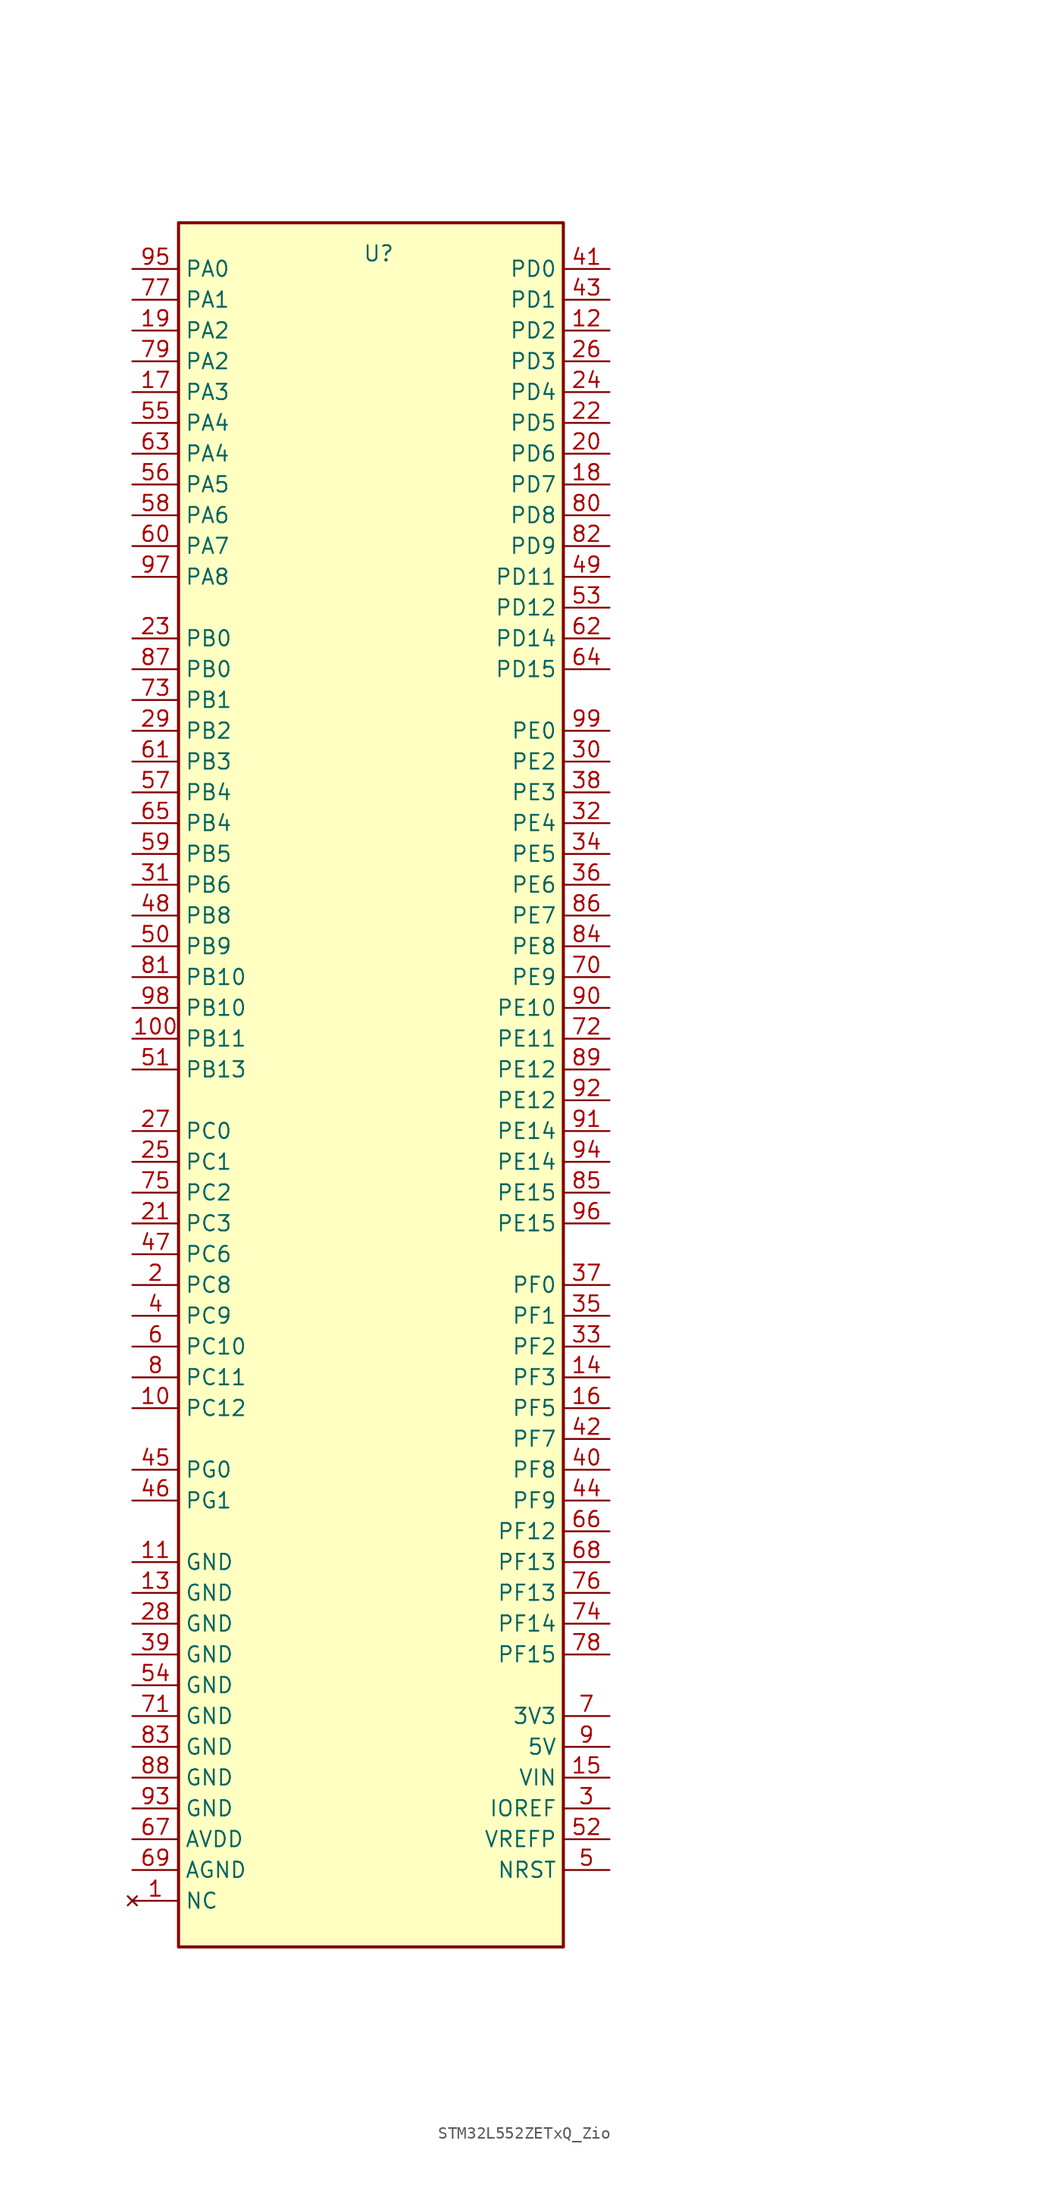
<source format=kicad_sym>
(kicad_symbol_lib
  (version 20220914)
  (generator kicad_symbol_editor)
  (symbol "STM32L552ZETxQ_Zio"
    (property "Reference" "U"
      (at 16.51 -2.54 0)
      (effects (font (size 1.27 1.27))))
    (property "Value" ""
      (at 60.96 -1.27 0)
      (effects (font (size 1.27 1.27))))
    (symbol "STM32L552ZETxQ_Zio_0_0"
      (pin no_connect line (at -3.81 -138.43 0) (length 3.81) (name "NC" (effects (font (size 1.27 1.27)))) (number "1" (effects (font (size 1.27 1.27)))))
      (pin bidirectional line (at -3.81 -97.79 0) (length 3.81) (name "PC12" (effects (font (size 1.27 1.27)))) (number "10" (effects (font (size 1.27 1.27)))))
      (pin bidirectional line (at 35.56 -8.89 180) (length 3.81) (name "PD2" (effects (font (size 1.27 1.27)))) (number "12" (effects (font (size 1.27 1.27)))))
      (pin power_in line (at -3.81 -113.03 0) (length 3.81) (name "GND" (effects (font (size 1.27 1.27)))) (number "13" (effects (font (size 1.27 1.27)))))
      (pin bidirectional line (at 35.56 -95.25 180) (length 3.81) (name "PF3" (effects (font (size 1.27 1.27)))) (number "14" (effects (font (size 1.27 1.27)))))
      (pin bidirectional line (at 35.56 -97.79 180) (length 3.81) (name "PF5" (effects (font (size 1.27 1.27)))) (number "16" (effects (font (size 1.27 1.27)))))
      (pin bidirectional line (at -3.81 -13.97 0) (length 3.81) (name "PA3" (effects (font (size 1.27 1.27)))) (number "17" (effects (font (size 1.27 1.27)))))
      (pin bidirectional line (at 35.56 -21.59 180) (length 3.81) (name "PD7" (effects (font (size 1.27 1.27)))) (number "18" (effects (font (size 1.27 1.27)))))
      (pin bidirectional line (at -3.81 -8.89 0) (length 3.81) (name "PA2" (effects (font (size 1.27 1.27)))) (number "19" (effects (font (size 1.27 1.27)))))
      (pin bidirectional line (at -3.81 -87.63 0) (length 3.81) (name "PC8" (effects (font (size 1.27 1.27)))) (number "2" (effects (font (size 1.27 1.27)))))
      (pin bidirectional line (at 35.56 -19.05 180) (length 3.81) (name "PD6" (effects (font (size 1.27 1.27)))) (number "20" (effects (font (size 1.27 1.27)))))
      (pin bidirectional line (at -3.81 -82.55 0) (length 3.81) (name "PC3" (effects (font (size 1.27 1.27)))) (number "21" (effects (font (size 1.27 1.27)))))
      (pin bidirectional line (at 35.56 -16.51 180) (length 3.81) (name "PD5" (effects (font (size 1.27 1.27)))) (number "22" (effects (font (size 1.27 1.27)))))
      (pin bidirectional line (at -3.81 -34.29 0) (length 3.81) (name "PB0" (effects (font (size 1.27 1.27)))) (number "23" (effects (font (size 1.27 1.27)))))
      (pin bidirectional line (at 35.56 -13.97 180) (length 3.81) (name "PD4" (effects (font (size 1.27 1.27)))) (number "24" (effects (font (size 1.27 1.27)))))
      (pin bidirectional line (at -3.81 -77.47 0) (length 3.81) (name "PC1" (effects (font (size 1.27 1.27)))) (number "25" (effects (font (size 1.27 1.27)))))
      (pin bidirectional line (at 35.56 -11.43 180) (length 3.81) (name "PD3" (effects (font (size 1.27 1.27)))) (number "26" (effects (font (size 1.27 1.27)))))
      (pin bidirectional line (at -3.81 -74.93 0) (length 3.81) (name "PC0" (effects (font (size 1.27 1.27)))) (number "27" (effects (font (size 1.27 1.27)))))
      (pin power_in line (at -3.81 -115.57 0) (length 3.81) (name "GND" (effects (font (size 1.27 1.27)))) (number "28" (effects (font (size 1.27 1.27)))))
      (pin bidirectional line (at -3.81 -41.91 0) (length 3.81) (name "PB2" (effects (font (size 1.27 1.27)))) (number "29" (effects (font (size 1.27 1.27)))))
      (pin power_out line (at 35.56 -130.81 180) (length 3.81) (name "IOREF" (effects (font (size 1.27 1.27)))) (number "3" (effects (font (size 1.27 1.27)))))
      (pin bidirectional line (at 35.56 -44.45 180) (length 3.81) (name "PE2" (effects (font (size 1.27 1.27)))) (number "30" (effects (font (size 1.27 1.27)))))
      (pin bidirectional line (at -3.81 -54.61 0) (length 3.81) (name "PB6" (effects (font (size 1.27 1.27)))) (number "31" (effects (font (size 1.27 1.27)))))
      (pin bidirectional line (at 35.56 -49.53 180) (length 3.81) (name "PE4" (effects (font (size 1.27 1.27)))) (number "32" (effects (font (size 1.27 1.27)))))
      (pin bidirectional line (at 35.56 -92.71 180) (length 3.81) (name "PF2" (effects (font (size 1.27 1.27)))) (number "33" (effects (font (size 1.27 1.27)))))
      (pin bidirectional line (at 35.56 -52.07 180) (length 3.81) (name "PE5" (effects (font (size 1.27 1.27)))) (number "34" (effects (font (size 1.27 1.27)))))
      (pin bidirectional line (at 35.56 -90.17 180) (length 3.81) (name "PF1" (effects (font (size 1.27 1.27)))) (number "35" (effects (font (size 1.27 1.27)))))
      (pin bidirectional line (at 35.56 -54.61 180) (length 3.81) (name "PE6" (effects (font (size 1.27 1.27)))) (number "36" (effects (font (size 1.27 1.27)))))
      (pin bidirectional line (at 35.56 -87.63 180) (length 3.81) (name "PF0" (effects (font (size 1.27 1.27)))) (number "37" (effects (font (size 1.27 1.27)))))
      (pin bidirectional line (at 35.56 -46.99 180) (length 3.81) (name "PE3" (effects (font (size 1.27 1.27)))) (number "38" (effects (font (size 1.27 1.27)))))
      (pin power_in line (at -3.81 -118.11 0) (length 3.81) (name "GND" (effects (font (size 1.27 1.27)))) (number "39" (effects (font (size 1.27 1.27)))))
      (pin bidirectional line (at -3.81 -90.17 0) (length 3.81) (name "PC9" (effects (font (size 1.27 1.27)))) (number "4" (effects (font (size 1.27 1.27)))))
      (pin bidirectional line (at 35.56 -102.87 180) (length 3.81) (name "PF8" (effects (font (size 1.27 1.27)))) (number "40" (effects (font (size 1.27 1.27)))))
      (pin output line (at 35.56 -135.89 180) (length 3.81) (name "NRST" (effects (font (size 1.27 1.27)))) (number "5" (effects (font (size 1.27 1.27)))))
      (pin bidirectional line (at -3.81 -92.71 0) (length 3.81) (name "PC10" (effects (font (size 1.27 1.27)))) (number "6" (effects (font (size 1.27 1.27)))))
      (pin power_out line (at 35.56 -123.19 180) (length 3.81) (name "3V3" (effects (font (size 1.27 1.27)))) (number "7" (effects (font (size 1.27 1.27)))))
      (pin bidirectional line (at -3.81 -95.25 0) (length 3.81) (name "PC11" (effects (font (size 1.27 1.27)))) (number "8" (effects (font (size 1.27 1.27)))))
      (pin power_out line (at 35.56 -125.73 180) (length 3.81) (name "5V" (effects (font (size 1.27 1.27)))) (number "9" (effects (font (size 1.27 1.27))))))
    (symbol "STM32L552ZETxQ_Zio_0_1"
      (rectangle (start 0 0) (end 31.75 -142.24) (stroke (width 0.254) (type default)) (fill (type background))))
    (symbol "STM32L552ZETxQ_Zio_1_0"
      (pin bidirectional line (at -3.81 -67.31 0) (length 3.81) (name "PB11" (effects (font (size 1.27 1.27)))) (number "100" (effects (font (size 1.27 1.27)))))
      (pin power_in line (at -3.81 -110.49 0) (length 3.81) (name "GND" (effects (font (size 1.27 1.27)))) (number "11" (effects (font (size 1.27 1.27)))))
      (pin power_out line (at 35.56 -128.27 180) (length 3.81) (name "VIN" (effects (font (size 1.27 1.27)))) (number "15" (effects (font (size 1.27 1.27)))))
      (pin bidirectional line (at 35.56 -3.81 180) (length 3.81) (name "PD0" (effects (font (size 1.27 1.27)))) (number "41" (effects (font (size 1.27 1.27)))))
      (pin bidirectional line (at 35.56 -100.33 180) (length 3.81) (name "PF7" (effects (font (size 1.27 1.27)))) (number "42" (effects (font (size 1.27 1.27)))))
      (pin bidirectional line (at 35.56 -6.35 180) (length 3.81) (name "PD1" (effects (font (size 1.27 1.27)))) (number "43" (effects (font (size 1.27 1.27)))))
      (pin bidirectional line (at 35.56 -105.41 180) (length 3.81) (name "PF9" (effects (font (size 1.27 1.27)))) (number "44" (effects (font (size 1.27 1.27)))))
      (pin bidirectional line (at -3.81 -102.87 0) (length 3.81) (name "PG0" (effects (font (size 1.27 1.27)))) (number "45" (effects (font (size 1.27 1.27)))))
      (pin bidirectional line (at -3.81 -105.41 0) (length 3.81) (name "PG1" (effects (font (size 1.27 1.27)))) (number "46" (effects (font (size 1.27 1.27)))))
      (pin bidirectional line (at -3.81 -85.09 0) (length 3.81) (name "PC6" (effects (font (size 1.27 1.27)))) (number "47" (effects (font (size 1.27 1.27)))))
      (pin bidirectional line (at -3.81 -57.15 0) (length 3.81) (name "PB8" (effects (font (size 1.27 1.27)))) (number "48" (effects (font (size 1.27 1.27)))))
      (pin bidirectional line (at 35.56 -29.21 180) (length 3.81) (name "PD11" (effects (font (size 1.27 1.27)))) (number "49" (effects (font (size 1.27 1.27)))))
      (pin bidirectional line (at -3.81 -59.69 0) (length 3.81) (name "PB9" (effects (font (size 1.27 1.27)))) (number "50" (effects (font (size 1.27 1.27)))))
      (pin bidirectional line (at -3.81 -69.85 0) (length 3.81) (name "PB13" (effects (font (size 1.27 1.27)))) (number "51" (effects (font (size 1.27 1.27)))))
      (pin power_out line (at 35.56 -133.35 180) (length 3.81) (name "VREFP" (effects (font (size 1.27 1.27)))) (number "52" (effects (font (size 1.27 1.27)))))
      (pin bidirectional line (at 35.56 -31.75 180) (length 3.81) (name "PD12" (effects (font (size 1.27 1.27)))) (number "53" (effects (font (size 1.27 1.27)))))
      (pin power_in line (at -3.81 -120.65 0) (length 3.81) (name "GND" (effects (font (size 1.27 1.27)))) (number "54" (effects (font (size 1.27 1.27)))))
      (pin bidirectional line (at -3.81 -16.51 0) (length 3.81) (name "PA4" (effects (font (size 1.27 1.27)))) (number "55" (effects (font (size 1.27 1.27)))))
      (pin bidirectional line (at -3.81 -21.59 0) (length 3.81) (name "PA5" (effects (font (size 1.27 1.27)))) (number "56" (effects (font (size 1.27 1.27)))))
      (pin bidirectional line (at -3.81 -46.99 0) (length 3.81) (name "PB4" (effects (font (size 1.27 1.27)))) (number "57" (effects (font (size 1.27 1.27)))))
      (pin bidirectional line (at -3.81 -24.13 0) (length 3.81) (name "PA6" (effects (font (size 1.27 1.27)))) (number "58" (effects (font (size 1.27 1.27)))))
      (pin bidirectional line (at -3.81 -52.07 0) (length 3.81) (name "PB5" (effects (font (size 1.27 1.27)))) (number "59" (effects (font (size 1.27 1.27)))))
      (pin bidirectional line (at -3.81 -26.67 0) (length 3.81) (name "PA7" (effects (font (size 1.27 1.27)))) (number "60" (effects (font (size 1.27 1.27)))))
      (pin bidirectional line (at -3.81 -44.45 0) (length 3.81) (name "PB3" (effects (font (size 1.27 1.27)))) (number "61" (effects (font (size 1.27 1.27)))))
      (pin bidirectional line (at 35.56 -34.29 180) (length 3.81) (name "PD14" (effects (font (size 1.27 1.27)))) (number "62" (effects (font (size 1.27 1.27)))))
      (pin bidirectional line (at -3.81 -19.05 0) (length 3.81) (name "PA4" (effects (font (size 1.27 1.27)))) (number "63" (effects (font (size 1.27 1.27)))))
      (pin bidirectional line (at 35.56 -36.83 180) (length 3.81) (name "PD15" (effects (font (size 1.27 1.27)))) (number "64" (effects (font (size 1.27 1.27)))))
      (pin bidirectional line (at -3.81 -49.53 0) (length 3.81) (name "PB4" (effects (font (size 1.27 1.27)))) (number "65" (effects (font (size 1.27 1.27)))))
      (pin bidirectional line (at 35.56 -107.95 180) (length 3.81) (name "PF12" (effects (font (size 1.27 1.27)))) (number "66" (effects (font (size 1.27 1.27)))))
      (pin power_in line (at -3.81 -133.35 0) (length 3.81) (name "AVDD" (effects (font (size 1.27 1.27)))) (number "67" (effects (font (size 1.27 1.27)))))
      (pin bidirectional line (at 35.56 -110.49 180) (length 3.81) (name "PF13" (effects (font (size 1.27 1.27)))) (number "68" (effects (font (size 1.27 1.27)))))
      (pin power_in line (at -3.81 -135.89 0) (length 3.81) (name "AGND" (effects (font (size 1.27 1.27)))) (number "69" (effects (font (size 1.27 1.27)))))
      (pin bidirectional line (at 35.56 -62.23 180) (length 3.81) (name "PE9" (effects (font (size 1.27 1.27)))) (number "70" (effects (font (size 1.27 1.27)))))
      (pin power_in line (at -3.81 -123.19 0) (length 3.81) (name "GND" (effects (font (size 1.27 1.27)))) (number "71" (effects (font (size 1.27 1.27)))))
      (pin bidirectional line (at 35.56 -67.31 180) (length 3.81) (name "PE11" (effects (font (size 1.27 1.27)))) (number "72" (effects (font (size 1.27 1.27)))))
      (pin bidirectional line (at -3.81 -39.37 0) (length 3.81) (name "PB1" (effects (font (size 1.27 1.27)))) (number "73" (effects (font (size 1.27 1.27)))))
      (pin bidirectional line (at 35.56 -115.57 180) (length 3.81) (name "PF14" (effects (font (size 1.27 1.27)))) (number "74" (effects (font (size 1.27 1.27)))))
      (pin bidirectional line (at -3.81 -80.01 0) (length 3.81) (name "PC2" (effects (font (size 1.27 1.27)))) (number "75" (effects (font (size 1.27 1.27)))))
      (pin bidirectional line (at 35.56 -113.03 180) (length 3.81) (name "PF13" (effects (font (size 1.27 1.27)))) (number "76" (effects (font (size 1.27 1.27)))))
      (pin bidirectional line (at -3.81 -6.35 0) (length 3.81) (name "PA1" (effects (font (size 1.27 1.27)))) (number "77" (effects (font (size 1.27 1.27)))))
      (pin bidirectional line (at 35.56 -118.11 180) (length 3.81) (name "PF15" (effects (font (size 1.27 1.27)))) (number "78" (effects (font (size 1.27 1.27)))))
      (pin bidirectional line (at -3.81 -11.43 0) (length 3.81) (name "PA2" (effects (font (size 1.27 1.27)))) (number "79" (effects (font (size 1.27 1.27)))))
      (pin bidirectional line (at 35.56 -24.13 180) (length 3.81) (name "PD8" (effects (font (size 1.27 1.27)))) (number "80" (effects (font (size 1.27 1.27)))))
      (pin bidirectional line (at -3.81 -62.23 0) (length 3.81) (name "PB10" (effects (font (size 1.27 1.27)))) (number "81" (effects (font (size 1.27 1.27)))))
      (pin bidirectional line (at 35.56 -26.67 180) (length 3.81) (name "PD9" (effects (font (size 1.27 1.27)))) (number "82" (effects (font (size 1.27 1.27)))))
      (pin power_in line (at -3.81 -125.73 0) (length 3.81) (name "GND" (effects (font (size 1.27 1.27)))) (number "83" (effects (font (size 1.27 1.27)))))
      (pin bidirectional line (at 35.56 -59.69 180) (length 3.81) (name "PE8" (effects (font (size 1.27 1.27)))) (number "84" (effects (font (size 1.27 1.27)))))
      (pin bidirectional line (at 35.56 -80.01 180) (length 3.81) (name "PE15" (effects (font (size 1.27 1.27)))) (number "85" (effects (font (size 1.27 1.27)))))
      (pin bidirectional line (at 35.56 -57.15 180) (length 3.81) (name "PE7" (effects (font (size 1.27 1.27)))) (number "86" (effects (font (size 1.27 1.27)))))
      (pin bidirectional line (at -3.81 -36.83 0) (length 3.81) (name "PB0" (effects (font (size 1.27 1.27)))) (number "87" (effects (font (size 1.27 1.27)))))
      (pin power_in line (at -3.81 -128.27 0) (length 3.81) (name "GND" (effects (font (size 1.27 1.27)))) (number "88" (effects (font (size 1.27 1.27)))))
      (pin bidirectional line (at 35.56 -69.85 180) (length 3.81) (name "PE12" (effects (font (size 1.27 1.27)))) (number "89" (effects (font (size 1.27 1.27)))))
      (pin bidirectional line (at 35.56 -64.77 180) (length 3.81) (name "PE10" (effects (font (size 1.27 1.27)))) (number "90" (effects (font (size 1.27 1.27)))))
      (pin bidirectional line (at 35.56 -74.93 180) (length 3.81) (name "PE14" (effects (font (size 1.27 1.27)))) (number "91" (effects (font (size 1.27 1.27)))))
      (pin bidirectional line (at 35.56 -72.39 180) (length 3.81) (name "PE12" (effects (font (size 1.27 1.27)))) (number "92" (effects (font (size 1.27 1.27)))))
      (pin power_in line (at -3.81 -130.81 0) (length 3.81) (name "GND" (effects (font (size 1.27 1.27)))) (number "93" (effects (font (size 1.27 1.27)))))
      (pin bidirectional line (at 35.56 -77.47 180) (length 3.81) (name "PE14" (effects (font (size 1.27 1.27)))) (number "94" (effects (font (size 1.27 1.27)))))
      (pin bidirectional line (at -3.81 -3.81 0) (length 3.81) (name "PA0" (effects (font (size 1.27 1.27)))) (number "95" (effects (font (size 1.27 1.27)))))
      (pin bidirectional line (at 35.56 -82.55 180) (length 3.81) (name "PE15" (effects (font (size 1.27 1.27)))) (number "96" (effects (font (size 1.27 1.27)))))
      (pin bidirectional line (at -3.81 -29.21 0) (length 3.81) (name "PA8" (effects (font (size 1.27 1.27)))) (number "97" (effects (font (size 1.27 1.27)))))
      (pin bidirectional line (at -3.81 -64.77 0) (length 3.81) (name "PB10" (effects (font (size 1.27 1.27)))) (number "98" (effects (font (size 1.27 1.27)))))
      (pin bidirectional line (at 35.56 -41.91 180) (length 3.81) (name "PE0" (effects (font (size 1.27 1.27)))) (number "99" (effects (font (size 1.27 1.27))))))))
</source>
